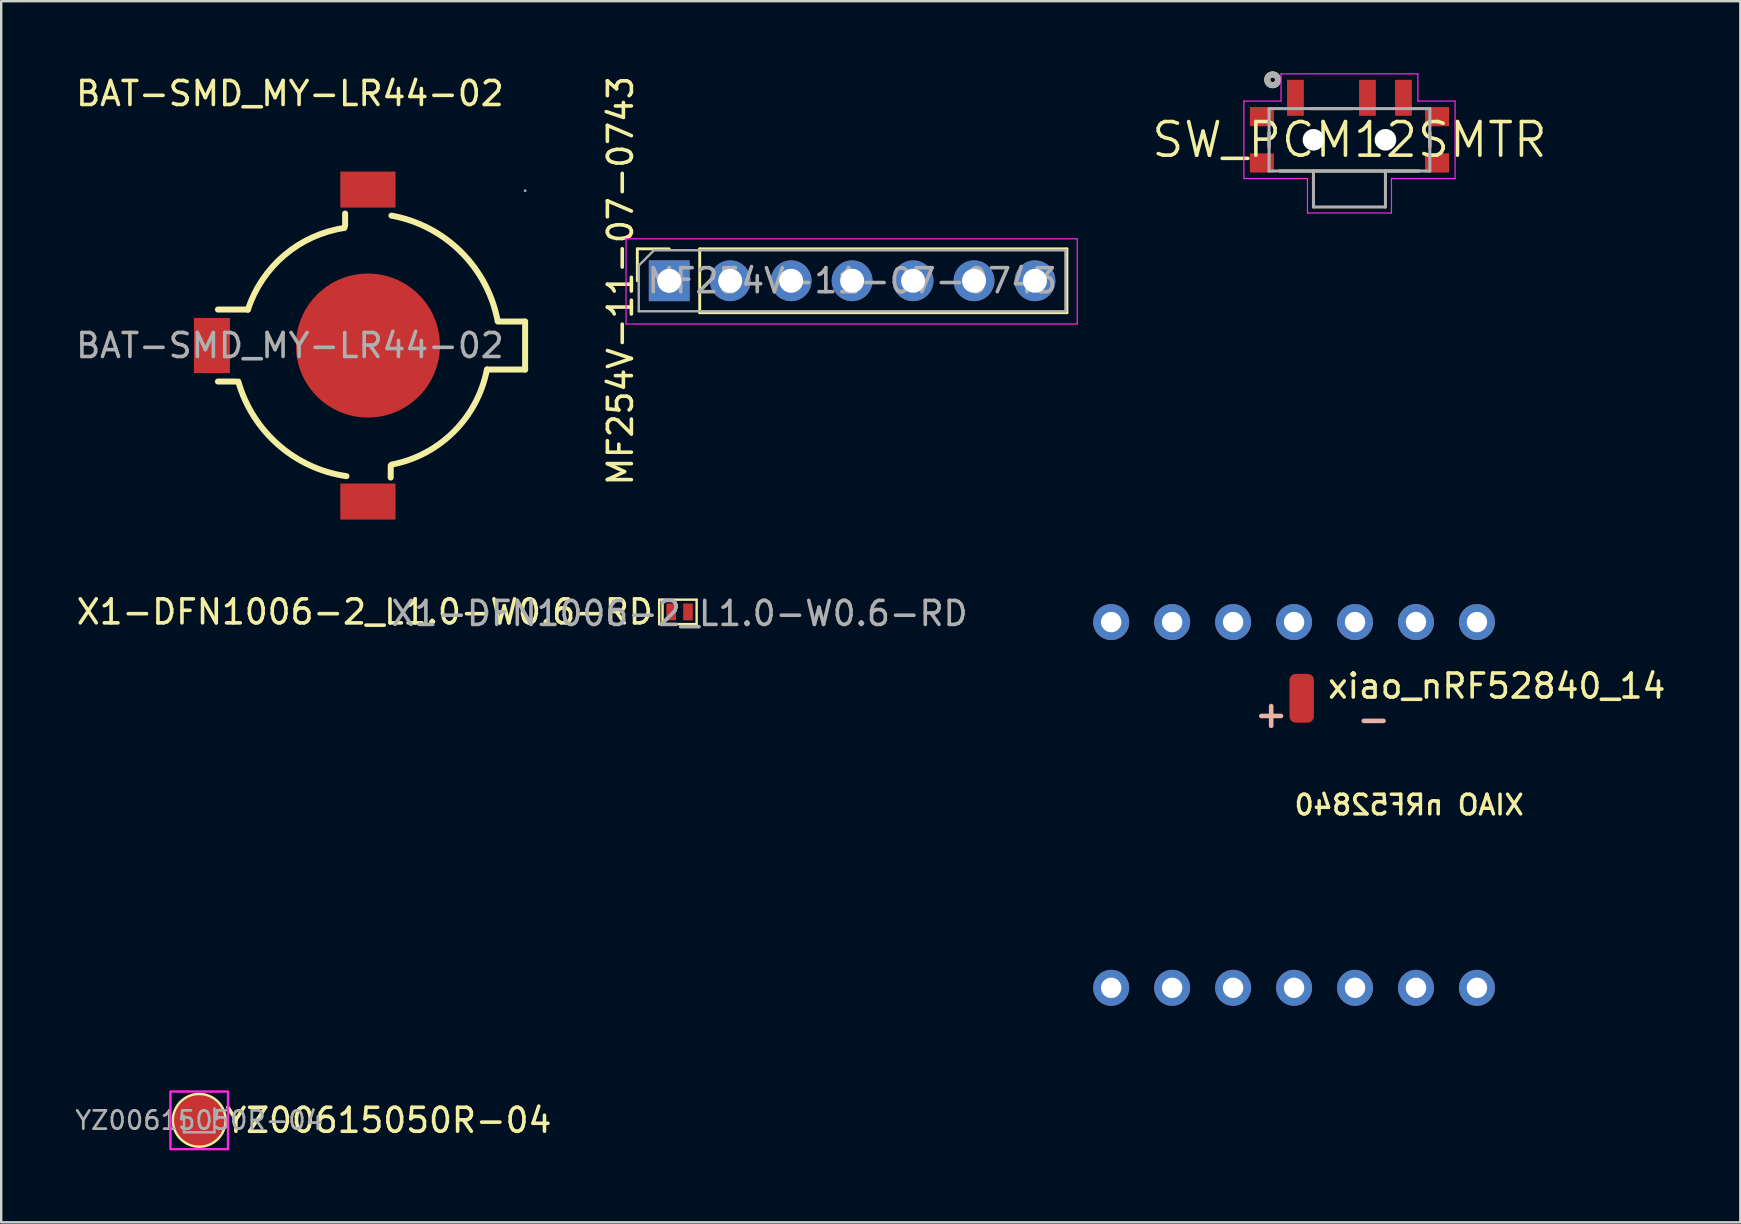
<source format=kicad_pcb>
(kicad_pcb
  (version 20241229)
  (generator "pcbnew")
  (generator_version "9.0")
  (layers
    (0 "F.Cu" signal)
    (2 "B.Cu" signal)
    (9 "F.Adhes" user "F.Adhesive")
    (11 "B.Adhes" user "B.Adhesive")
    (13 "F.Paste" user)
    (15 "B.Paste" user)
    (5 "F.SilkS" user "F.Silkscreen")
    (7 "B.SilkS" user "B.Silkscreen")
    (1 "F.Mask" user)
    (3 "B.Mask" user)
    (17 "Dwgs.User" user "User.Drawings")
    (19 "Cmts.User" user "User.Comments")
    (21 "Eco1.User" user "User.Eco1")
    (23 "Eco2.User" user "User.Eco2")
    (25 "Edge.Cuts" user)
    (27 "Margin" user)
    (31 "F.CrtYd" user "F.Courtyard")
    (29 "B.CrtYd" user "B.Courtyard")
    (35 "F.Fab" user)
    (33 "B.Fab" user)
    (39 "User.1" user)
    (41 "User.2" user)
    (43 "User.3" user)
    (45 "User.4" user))
  (footprint "SW_PCM12SMTR"
    (layer "F.Cu")
    (at 53.178 2.775)
    (property "Reference" "SW_PCM12SMTR" (at 0 0 0) (layer "F.SilkS") (effects (font (size 1.4 1.4) (thickness 0.15))))
    (attr smd)
    (fp_line (start -3.35 0.3) (end -3.35 -0.3) (stroke (width 0.127) (type solid)) (layer "F.SilkS"))
    (fp_line (start -2.9 1.3) (end 2.9 1.3) (stroke (width 0.127) (type solid)) (layer "F.SilkS"))
    (fp_line (start -1.6 -1.3) (end 0.1 -1.3) (stroke (width 0.127) (type solid)) (layer "F.SilkS"))
    (fp_line (start 3.35 -0.3) (end 3.35 0.3) (stroke (width 0.127) (type solid)) (layer "F.SilkS"))
    (fp_circle (center -3.2 -2.5) (end -3.1 -2.5) (stroke (width 0.25) (type solid)) (fill no) (layer "F.SilkS"))
    (fp_line (start -4.4 -1.615) (end -2.85 -1.615) (stroke (width 0.05) (type solid)) (layer "F.CrtYd"))
    (fp_line (start -4.4 1.615) (end -4.4 -1.615) (stroke (width 0.05) (type solid)) (layer "F.CrtYd"))
    (fp_line (start -2.85 -2.75) (end 2.85 -2.75) (stroke (width 0.05) (type solid)) (layer "F.CrtYd"))
    (fp_line (start -2.85 -1.615) (end -2.85 -2.75) (stroke (width 0.05) (type solid)) (layer "F.CrtYd"))
    (fp_line (start -1.75 1.615) (end -4.4 1.615) (stroke (width 0.05) (type solid)) (layer "F.CrtYd"))
    (fp_line (start -1.75 3.05) (end -1.75 1.615) (stroke (width 0.05) (type solid)) (layer "F.CrtYd"))
    (fp_line (start 1.75 1.615) (end 1.75 3.05) (stroke (width 0.05) (type solid)) (layer "F.CrtYd"))
    (fp_line (start 1.75 3.05) (end -1.75 3.05) (stroke (width 0.05) (type solid)) (layer "F.CrtYd"))
    (fp_line (start 2.85 -2.75) (end 2.85 -1.615) (stroke (width 0.05) (type solid)) (layer "F.CrtYd"))
    (fp_line (start 2.85 -1.615) (end 4.4 -1.615) (stroke (width 0.05) (type solid)) (layer "F.CrtYd"))
    (fp_line (start 4.4 -1.615) (end 4.4 1.615) (stroke (width 0.05) (type solid)) (layer "F.CrtYd"))
    (fp_line (start 4.4 1.615) (end 1.75 1.615) (stroke (width 0.05) (type solid)) (layer "F.CrtYd"))
    (fp_line (start -3.35 -1.3) (end 3.35 -1.3) (stroke (width 0.127) (type solid)) (layer "F.Fab"))
    (fp_line (start -3.35 1.3) (end -3.35 -1.3) (stroke (width 0.127) (type solid)) (layer "F.Fab"))
    (fp_line (start -1.5 1.3) (end -3.35 1.3) (stroke (width 0.127) (type solid)) (layer "F.Fab"))
    (fp_line (start -1.5 1.3) (end -1.5 2.8) (stroke (width 0.127) (type solid)) (layer "F.Fab"))
    (fp_line (start -1.5 2.8) (end 1.5 2.8) (stroke (width 0.127) (type solid)) (layer "F.Fab"))
    (fp_line (start 1.5 1.3) (end -1.5 1.3) (stroke (width 0.127) (type solid)) (layer "F.Fab"))
    (fp_line (start 1.5 2.8) (end 1.5 1.3) (stroke (width 0.127) (type solid)) (layer "F.Fab"))
    (fp_line (start 3.35 -1.3) (end 3.35 1.3) (stroke (width 0.127) (type solid)) (layer "F.Fab"))
    (fp_line (start 3.35 1.3) (end 1.5 1.3) (stroke (width 0.127) (type solid)) (layer "F.Fab"))
    (fp_circle (center -3.2 -2.5) (end -3.1 -2.5) (stroke (width 0.25) (type solid)) (fill no) (layer "F.Fab"))
    (pad "" np_thru_hole circle (at -1.5 0) (size 0.9 0.9) (drill 0.9) (layers "*.Cu" "*.Mask"))
    (pad "" np_thru_hole circle (at 1.5 0) (size 0.9 0.9) (drill 0.9) (layers "*.Cu" "*.Mask"))
    (pad "1" smd rect (at -2.25 -1.75) (size 0.7 1.5) (layers "F.Cu" "F.Mask" "F.Paste"))
    (pad "2" smd rect (at 0.75 -1.75) (size 0.7 1.5) (layers "F.Cu" "F.Mask" "F.Paste"))
    (pad "3" smd rect (at 2.25 -1.75) (size 0.7 1.5) (layers "F.Cu" "F.Mask" "F.Paste"))
    (pad "S1" smd rect (at -3.65 -0.965) (size 1 0.8) (layers "F.Cu" "F.Mask" "F.Paste"))
    (pad "S2" smd rect (at -3.65 0.965) (size 1 0.8) (layers "F.Cu" "F.Mask" "F.Paste"))
    (pad "S3" smd rect (at 3.65 0.965) (size 1 0.8) (layers "F.Cu" "F.Mask" "F.Paste"))
    (pad "S4" smd rect (at 3.65 -0.965) (size 1 0.8) (layers "F.Cu" "F.Mask" "F.Paste")))
  (footprint "X1-DFN1006-2_L1.0-W0.6-RD"
    (layer "F.Cu")
    (at 25.266 22.447)
    (property "Reference" "X1-DFN1006-2_L1.0-W0.6-RD" (at -1.016 0 0) (unlocked yes) (layer "F.SilkS") (effects (font (size 1 1) (thickness 0.15)) (justify right)))
    (attr smd)
    (fp_line (start -0.85 -0.51) (end -0.85 0.51) (stroke (width 0.1) (type solid)) (layer "F.SilkS"))
    (fp_line (start -0.85 -0.51) (end 0.71 -0.51) (stroke (width 0.1) (type solid)) (layer "F.SilkS"))
    (fp_line (start -0.85 0.51) (end 0.71 0.51) (stroke (width 0.1) (type solid)) (layer "F.SilkS"))
    (fp_line (start -0.71 -0.51) (end -0.71 0.51) (stroke (width 0.1) (type solid)) (layer "F.SilkS"))
    (fp_line (start 0.71 -0.51) (end 0.71 0.51) (stroke (width 0.1) (type solid)) (layer "F.SilkS"))
    (fp_circle (center -0.5 0.3) (end -0.47 0.3) (stroke (width 0.06) (type solid)) (fill no) (layer "F.Fab"))
    (fp_text user "${REFERENCE}" (at 0 0.064 0) (layer "F.Fab") (effects (font (size 1 1) (thickness 0.15))))
    (pad "1" smd rect (at -0.35 0) (size 0.4 0.7) (layers "F.Cu" "F.Mask" "F.Paste"))
    (pad "2" smd rect (at 0.35 0) (size 0.4 0.7) (layers "F.Cu" "F.Mask" "F.Paste")))
  (footprint "BAT-SMD_MY-LR44-02"
    (layer "F.Cu")
    (at 9.03 11.348)
    (property "Reference" "BAT-SMD_MY-LR44-02" (at 0 -10.5 0) (layer "F.SilkS") (effects (font (size 1 1) (thickness 0.15))))
    (attr smd)
    (fp_line (start -3 -1.5) (end -1.75 -1.5) (stroke (width 0.25) (type solid)) (layer "F.SilkS"))
    (fp_line (start -3 1.5) (end -2.25 1.5) (stroke (width 0.25) (type solid)) (layer "F.SilkS"))
    (fp_line (start 2.3 -5.5) (end 2.3 -5) (stroke (width 0.25) (type solid)) (layer "F.SilkS"))
    (fp_line (start 4.2 5) (end 4.2 5.5) (stroke (width 0.25) (type solid)) (layer "F.SilkS"))
    (fp_line (start 8.75 -1) (end 9.8 -1) (stroke (width 0.25) (type solid)) (layer "F.SilkS"))
    (fp_line (start 9.8 -1) (end 9.8 1) (stroke (width 0.25) (type solid)) (layer "F.SilkS"))
    (fp_line (start 9.8 1) (end 8.25 1) (stroke (width 0.25) (type solid)) (layer "F.SilkS"))
    (fp_arc (start -1.75119 -1.493104) (mid -0.225353 -3.768716) (end 2.27 -4.9) (stroke (width 0.25) (type solid)) (layer "F.SilkS"))
    (fp_arc (start 2.355832 5.442351) (mid -0.480692 4.138199) (end -2.15 1.5) (stroke (width 0.25) (type solid)) (layer "F.SilkS"))
    (fp_arc (start 4.230634 -5.413544) (mid 7.133284 -3.897205) (end 8.66 -1) (stroke (width 0.25) (type solid)) (layer "F.SilkS"))
    (fp_arc (start 8.209767 0.991215) (mid 6.834509 3.585384) (end 4.24 4.96) (stroke (width 0.25) (type solid)) (layer "F.SilkS"))
    (fp_circle (center 9.8 -6.45) (end 9.83 -6.45) (stroke (width 0.06) (type solid)) (fill no) (layer "F.Fab"))
    (fp_text user "${REFERENCE}" (at 0 0 0) (layer "F.Fab") (effects (font (size 1 1) (thickness 0.15))))
    (pad "1" smd rect (at 3.25 -6.5) (size 2.3 1.5) (layers "F.Cu" "F.Mask" "F.Paste"))
    (pad "2" smd rect (at 3.25 6.5) (size 2.3 1.5) (layers "F.Cu" "F.Mask" "F.Paste"))
    (pad "3" smd rect (at -3.25 0) (size 1.5 2.3) (layers "F.Cu" "F.Mask" "F.Paste"))
    (pad "4" smd circle (at 3.25 0) (size 6 6) (layers "F.Cu" "F.Mask" "F.Paste")))
  (footprint "YZ00615050R-04"
    (layer "F.Cu")
    (at 5.252 43.631)
    (property "Reference" "YZ00615050R-04" (at 1 0 0) (layer "F.SilkS") (effects (font (size 1 1) (thickness 0.15)) (justify left)))
    (attr smd allow_missing_courtyard)
    (fp_circle (center 0 0) (end 1.1 0) (stroke (width 0.1) (type default)) (fill no) (layer "F.SilkS"))
    (fp_rect (start -1.2 -1.2) (end 1.2 1.2) (stroke (width 0.1) (type default)) (fill no) (layer "F.CrtYd"))
    (fp_line (start -0.635 0.5) (end -0.635 -0.182) (stroke (width 0.1) (type solid)) (layer "F.Fab"))
    (fp_line (start 0.635 -0.5) (end 0.635 0.5) (stroke (width 0.1) (type solid)) (layer "F.Fab"))
    (fp_line (start 0.635 0.5) (end -0.635 0.5) (stroke (width 0.1) (type solid)) (layer "F.Fab"))
    (fp_text user "${REFERENCE}" (at 0 0 180) (layer "F.Fab") (effects (font (size 0.76 0.76) (thickness 0.114))))
    (pad "1" smd circle (at 0 0) (size 2.2 2.2) (layers "F.Cu" "F.Mask" "F.Paste")))
  (footprint "MF254V-11-07-0743"
    (layer "F.Cu")
    (at 32.455 8.649)
    (property "Reference" "MF254V-11-07-0743" (at -9.652 0 90) (layer "F.SilkS") (effects (font (size 1 1) (thickness 0.15))))
    (attr through_hole allow_missing_courtyard)
    (fp_line (start -8.95 -1.33) (end -7.62 -1.33) (stroke (width 0.12) (type solid)) (layer "F.SilkS"))
    (fp_line (start -8.95 0) (end -8.95 -1.33) (stroke (width 0.12) (type solid)) (layer "F.SilkS"))
    (fp_line (start -6.35 -1.33) (end 8.95 -1.33) (stroke (width 0.12) (type solid)) (layer "F.SilkS"))
    (fp_line (start -6.35 1.33) (end -6.35 -1.33) (stroke (width 0.12) (type solid)) (layer "F.SilkS"))
    (fp_line (start -6.35 1.33) (end 8.95 1.33) (stroke (width 0.12) (type solid)) (layer "F.SilkS"))
    (fp_line (start 8.95 1.33) (end 8.95 -1.33) (stroke (width 0.12) (type solid)) (layer "F.SilkS"))
    (fp_line (start -9.42 -1.75) (end 9.38 -1.75) (stroke (width 0.05) (type solid)) (layer "F.CrtYd"))
    (fp_line (start -9.42 1.8) (end -9.42 -1.75) (stroke (width 0.05) (type solid)) (layer "F.CrtYd"))
    (fp_line (start 9.38 -1.75) (end 9.38 1.8) (stroke (width 0.05) (type solid)) (layer "F.CrtYd"))
    (fp_line (start 9.38 1.8) (end -9.42 1.8) (stroke (width 0.05) (type solid)) (layer "F.CrtYd"))
    (fp_line (start -8.89 -0.635) (end -8.255 -1.27) (stroke (width 0.1) (type solid)) (layer "F.Fab"))
    (fp_line (start -8.89 1.27) (end -8.89 -0.635) (stroke (width 0.1) (type solid)) (layer "F.Fab"))
    (fp_line (start -8.255 -1.27) (end 8.89 -1.27) (stroke (width 0.1) (type solid)) (layer "F.Fab"))
    (fp_line (start 8.89 -1.27) (end 8.89 1.27) (stroke (width 0.1) (type solid)) (layer "F.Fab"))
    (fp_line (start 8.89 1.27) (end -8.89 1.27) (stroke (width 0.1) (type solid)) (layer "F.Fab"))
    (fp_text user "${REFERENCE}" (at 0 0 180) (layer "F.Fab") (effects (font (size 1 1) (thickness 0.15))))
    (pad "1" thru_hole rect (at -7.62 0 90) (size 1.7 1.7) (drill 1) (layers "*.Cu" "*.Mask"))
    (pad "2" thru_hole oval (at -5.08 0 90) (size 1.7 1.7) (drill 1) (layers "*.Cu" "*.Mask"))
    (pad "3" thru_hole oval (at -2.54 0 90) (size 1.7 1.7) (drill 1) (layers "*.Cu" "*.Mask"))
    (pad "4" thru_hole oval (at 0 0 90) (size 1.7 1.7) (drill 1) (layers "*.Cu" "*.Mask"))
    (pad "5" thru_hole oval (at 2.54 0 90) (size 1.7 1.7) (drill 1) (layers "*.Cu" "*.Mask"))
    (pad "6" thru_hole oval (at 5.08 0 90) (size 1.7 1.7) (drill 1) (layers "*.Cu" "*.Mask"))
    (pad "7" thru_hole oval (at 7.62 0 90) (size 1.7 1.7) (drill 1) (layers "*.Cu" "*.Mask")))
  (footprint "xiao_nRF52840_14"
    (layer "F.Cu")
    (at 50.87 30.49)
    (property "Reference" "xiao_nRF52840_14" (at 8.445 -4.953 180) (layer "F.SilkS") (effects (font (size 1 1) (thickness 0.15))))
    (attr through_hole)
    (fp_line (start -10.441 3.529) (end -10.241 3.529) (stroke (width 0.001) (type solid)) (layer "Cmts.User"))
    (fp_line (start -10.441 5.615) (end -10.441 3.529) (stroke (width 0.001) (type solid)) (layer "Cmts.User"))
    (fp_line (start -8.341 -7.769) (end -8.236 -7.769) (stroke (width 0.001) (type solid)) (layer "Cmts.User"))
    (fp_line (start -8.341 5.615) (end -10.441 5.615) (stroke (width 0.001) (type solid)) (layer "Cmts.User"))
    (fp_line (start -8.236 -8.069) (end -7.236 -8.069) (stroke (width 0.001) (type solid)) (layer "Cmts.User"))
    (fp_line (start -8.236 -7.769) (end -8.236 -8.069) (stroke (width 0.001) (type solid)) (layer "Cmts.User"))
    (fp_line (start -7.441 7.515) (end -7.441 7.715) (stroke (width 0.001) (type solid)) (layer "Cmts.User"))
    (fp_line (start -7.441 7.715) (end -8.341 7.715) (stroke (width 0.001) (type solid)) (layer "Cmts.User"))
    (fp_line (start -7.236 -8.069) (end -7.236 -7.569) (stroke (width 0.001) (type solid)) (layer "Cmts.User"))
    (fp_line (start -4.604 -7.569) (end -4.604 -7.769) (stroke (width 0.001) (type solid)) (layer "Cmts.User"))
    (fp_line (start -4.604 7.715) (end -4.604 7.515) (stroke (width 0.001) (type solid)) (layer "Cmts.User"))
    (fp_line (start 2.211 8.015) (end 2.211 7.515) (stroke (width 0.001) (type solid)) (layer "Cmts.User"))
    (fp_line (start 2.424 -7.769) (end 3.324 -7.769) (stroke (width 0.001) (type solid)) (layer "Cmts.User"))
    (fp_line (start 2.424 -7.569) (end 2.424 -7.769) (stroke (width 0.001) (type solid)) (layer "Cmts.User"))
    (fp_line (start 3.211 7.715) (end 3.211 8.015) (stroke (width 0.001) (type solid)) (layer "Cmts.User"))
    (fp_line (start 3.211 8.015) (end 2.211 8.015) (stroke (width 0.001) (type solid)) (layer "Cmts.User"))
    (fp_line (start 3.324 7.715) (end 3.211 7.715) (stroke (width 0.001) (type solid)) (layer "Cmts.User"))
    (fp_line (start 5.424 -3.583) (end 5.224 -3.583) (stroke (width 0.001) (type solid)) (layer "Cmts.User"))
    (fp_line (start -10.477 -6.985) (end -10.477 6.985) (stroke (width 0.003) (type solid)) (layer "User.2"))
    (fp_line (start -8.572 -8.89) (end 8.572 -8.89) (stroke (width 0.003) (type solid)) (layer "User.2"))
    (fp_line (start -8.572 8.89) (end 8.572 8.89) (stroke (width 0.003) (type solid)) (layer "User.2"))
    (fp_line (start 10.477 6.985) (end 10.477 -6.985) (stroke (width 0.003) (type solid)) (layer "User.2"))
    (fp_arc (start -10.4775 -6.985) (mid -9.919538 -8.332038) (end -8.5725 -8.89) (stroke (width 0.00254) (type solid)) (layer "User.2"))
    (fp_arc (start -8.5725 8.89) (mid -9.919538 8.332038) (end -10.4775 6.985) (stroke (width 0.00254) (type solid)) (layer "User.2"))
    (fp_arc (start 8.5725 -8.89) (mid 9.919538 -8.332038) (end 10.4775 -6.985) (stroke (width 0.00254) (type solid)) (layer "User.2"))
    (fp_arc (start 10.4775 6.985) (mid 9.919538 8.332038) (end 8.5725 8.89) (stroke (width 0.00254) (type solid)) (layer "User.2"))
    (fp_text user "XIAO nRF52840" (at -0.064 0 0) (unlocked yes) (layer "F.SilkS") (effects (font (size 0.82 0.82) (thickness 0.145)) (justify right mirror)))
    (fp_text user "+" (at -0.876 -3.708 270) (unlocked yes) (layer "B.SilkS") (effects (font (size 1.079 1.079) (thickness 0.191)) (justify mirror)))
    (fp_text user "-" (at 3.315 -3.581 0) (unlocked yes) (layer "B.SilkS") (effects (font (size 1.079 1.079) (thickness 0.191)) (justify mirror)))
    (pad "1" thru_hole circle (at 7.62 -7.62 270) (size 1.5 1.5) (drill 0.85) (layers "*.Cu" "*.Mask"))
    (pad "2" thru_hole circle (at 5.08 -7.62 270) (size 1.5 1.5) (drill 0.85) (layers "*.Cu" "*.Mask"))
    (pad "3" thru_hole circle (at 2.54 -7.62 270) (size 1.5 1.5) (drill 0.85) (layers "*.Cu" "*.Mask"))
    (pad "4" thru_hole circle (at 0 -7.62 270) (size 1.5 1.5) (drill 0.85) (layers "*.Cu" "*.Mask"))
    (pad "5" thru_hole circle (at -2.54 -7.62 270) (size 1.5 1.5) (drill 0.85) (layers "*.Cu" "*.Mask"))
    (pad "6" thru_hole circle (at -5.08 -7.62 270) (size 1.5 1.5) (drill 0.85) (layers "*.Cu" "*.Mask"))
    (pad "7" thru_hole circle (at -7.62 -7.62 270) (size 1.5 1.5) (drill 0.85) (layers "*.Cu" "*.Mask"))
    (pad "8" thru_hole circle (at -7.62 7.62 90) (size 1.5 1.5) (drill 0.85) (layers "*.Cu" "*.Mask"))
    (pad "9" thru_hole circle (at -5.08 7.62 90) (size 1.5 1.5) (drill 0.85) (layers "*.Cu" "*.Mask"))
    (pad "10" thru_hole circle (at -2.54 7.62 90) (size 1.5 1.5) (drill 0.85) (layers "*.Cu" "*.Mask"))
    (pad "11" thru_hole circle (at 0 7.62 90) (size 1.5 1.5) (drill 0.85) (layers "*.Cu" "*.Mask"))
    (pad "12" thru_hole circle (at 2.54 7.62 90) (size 1.5 1.5) (drill 0.85) (layers "*.Cu" "*.Mask"))
    (pad "13" thru_hole circle (at 5.08 7.62 90) (size 1.5 1.5) (drill 0.85) (layers "*.Cu" "*.Mask"))
    (pad "14" thru_hole circle (at 7.62 7.62 90) (size 1.5 1.5) (drill 0.85) (layers "*.Cu" "*.Mask"))
    (pad "17" smd roundrect (at 0.318 -4.445 270) (size 2.032 1.016) (layers "F.Cu") (roundrect_rratio 0.25)))
  (gr_rect
    (start -3 -3)
    (end 69.464 47.881)
    (stroke (width 0.1) (type default))
    (fill no)
    (layer "Edge.Cuts")))
</source>
